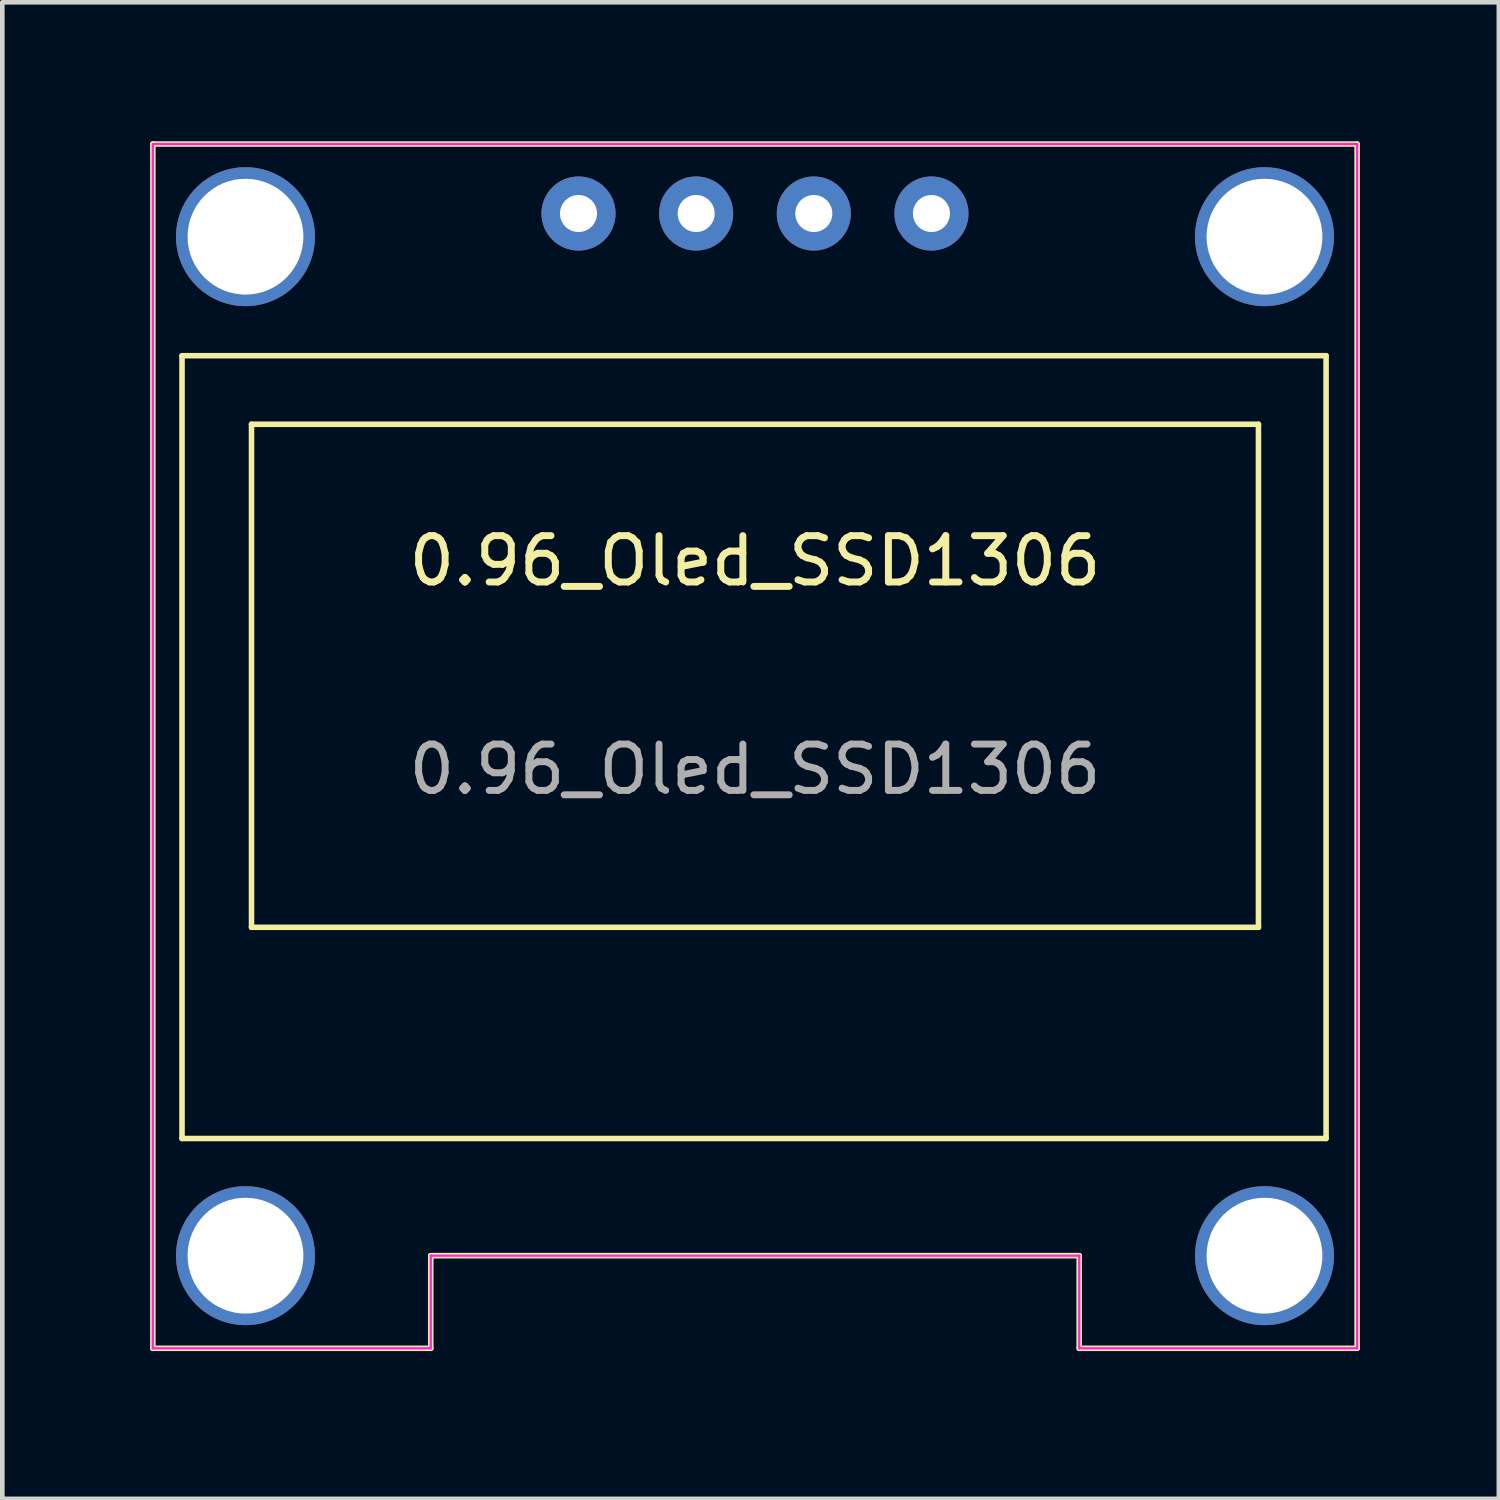
<source format=kicad_pcb>
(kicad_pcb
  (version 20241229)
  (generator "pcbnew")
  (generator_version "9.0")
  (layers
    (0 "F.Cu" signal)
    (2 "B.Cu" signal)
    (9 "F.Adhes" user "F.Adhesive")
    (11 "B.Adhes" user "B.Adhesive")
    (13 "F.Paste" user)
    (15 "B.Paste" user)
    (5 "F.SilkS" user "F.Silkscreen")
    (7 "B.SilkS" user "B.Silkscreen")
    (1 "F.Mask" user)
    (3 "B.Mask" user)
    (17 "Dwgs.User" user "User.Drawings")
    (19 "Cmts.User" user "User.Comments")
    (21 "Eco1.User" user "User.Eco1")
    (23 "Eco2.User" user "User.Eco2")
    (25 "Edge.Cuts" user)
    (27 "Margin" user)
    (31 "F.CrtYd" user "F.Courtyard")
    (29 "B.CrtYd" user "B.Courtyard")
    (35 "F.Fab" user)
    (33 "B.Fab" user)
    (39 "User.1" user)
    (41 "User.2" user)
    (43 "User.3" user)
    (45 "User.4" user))
  (footprint "0.96_Oled_SSD1306"
    (layer "F.Cu")
    (at 0.25 26.06)
    (property "Reference" "0.96_Oled_SSD1306" (at 13 -17 0) (unlocked yes) (layer "F.SilkS") (effects (font (size 1 1) (thickness 0.15))))
    (attr through_hole)
    (fp_line (start 0 -26) (end 0 0) (stroke (width 0.12) (type solid)) (layer "F.SilkS"))
    (fp_line (start 0 0) (end 6 0) (stroke (width 0.12) (type solid)) (layer "F.SilkS"))
    (fp_line (start 0.63 -21.43) (end 0.63 -4.53) (stroke (width 0.12) (type solid)) (layer "F.SilkS"))
    (fp_line (start 0.63 -4.53) (end 25.33 -4.53) (stroke (width 0.12) (type solid)) (layer "F.SilkS"))
    (fp_line (start 2.13 -19.95) (end 2.13 -9.09) (stroke (width 0.12) (type solid)) (layer "F.SilkS"))
    (fp_line (start 2.13 -9.09) (end 23.87 -9.09) (stroke (width 0.12) (type solid)) (layer "F.SilkS"))
    (fp_line (start 6 -2) (end 20 -2) (stroke (width 0.12) (type solid)) (layer "F.SilkS"))
    (fp_line (start 6 0) (end 6 -2) (stroke (width 0.12) (type solid)) (layer "F.SilkS"))
    (fp_line (start 20 -2) (end 20 0) (stroke (width 0.12) (type solid)) (layer "F.SilkS"))
    (fp_line (start 20 0) (end 26 0) (stroke (width 0.12) (type solid)) (layer "F.SilkS"))
    (fp_line (start 23.87 -19.95) (end 2.13 -19.95) (stroke (width 0.12) (type solid)) (layer "F.SilkS"))
    (fp_line (start 23.87 -9.09) (end 23.87 -19.95) (stroke (width 0.12) (type solid)) (layer "F.SilkS"))
    (fp_line (start 25.33 -21.43) (end 0.63 -21.43) (stroke (width 0.12) (type solid)) (layer "F.SilkS"))
    (fp_line (start 25.33 -4.53) (end 25.33 -21.43) (stroke (width 0.12) (type solid)) (layer "F.SilkS"))
    (fp_line (start 26 -26) (end 0 -26) (stroke (width 0.12) (type solid)) (layer "F.SilkS"))
    (fp_line (start 26 0) (end 26 -26) (stroke (width 0.12) (type solid)) (layer "F.SilkS"))
    (fp_line (start 0 -26) (end 0 0) (stroke (width 0.05) (type solid)) (layer "F.CrtYd"))
    (fp_line (start 0 0) (end 6 0) (stroke (width 0.05) (type solid)) (layer "F.CrtYd"))
    (fp_line (start 6 -2) (end 20 -2) (stroke (width 0.05) (type solid)) (layer "F.CrtYd"))
    (fp_line (start 6 0) (end 6 -2) (stroke (width 0.05) (type solid)) (layer "F.CrtYd"))
    (fp_line (start 20 -2) (end 20 0) (stroke (width 0.05) (type solid)) (layer "F.CrtYd"))
    (fp_line (start 20 0) (end 26 0) (stroke (width 0.05) (type solid)) (layer "F.CrtYd"))
    (fp_line (start 26 -26) (end 0 -26) (stroke (width 0.05) (type solid)) (layer "F.CrtYd"))
    (fp_line (start 26 0) (end 26 -26) (stroke (width 0.05) (type solid)) (layer "F.CrtYd"))
    (fp_text user "${REFERENCE}" (at 13 -12.5 0) (unlocked yes) (layer "F.Fab") (effects (font (size 1 1) (thickness 0.15))))
    (pad "" np_thru_hole circle (at 2 -24) (size 3 3) (drill 2.5) (layers "*.Cu" "*.Mask"))
    (pad "" np_thru_hole circle (at 2 -2) (size 3 3) (drill 2.5) (layers "*.Cu" "*.Mask"))
    (pad "" np_thru_hole circle (at 24 -24) (size 3 3) (drill 2.5) (layers "*.Cu" "*.Mask"))
    (pad "" np_thru_hole circle (at 24 -2) (size 3 3) (drill 2.5) (layers "*.Cu" "*.Mask"))
    (pad "1" thru_hole circle (at 9.19 -24.5) (size 1.6 1.6) (drill 0.8) (layers "*.Cu" "*.Mask"))
    (pad "2" thru_hole circle (at 11.73 -24.5) (size 1.6 1.6) (drill 0.8) (layers "*.Cu" "*.Mask"))
    (pad "3" thru_hole circle (at 14.27 -24.5) (size 1.6 1.6) (drill 0.8) (layers "*.Cu" "*.Mask"))
    (pad "4" thru_hole circle (at 16.81 -24.5) (size 1.6 1.6) (drill 0.8) (layers "*.Cu" "*.Mask")))
  (gr_rect
    (start -3 -3)
    (end 29.31 29.31)
    (stroke (width 0.1) (type default))
    (fill no)
    (layer "Edge.Cuts")))
</source>
